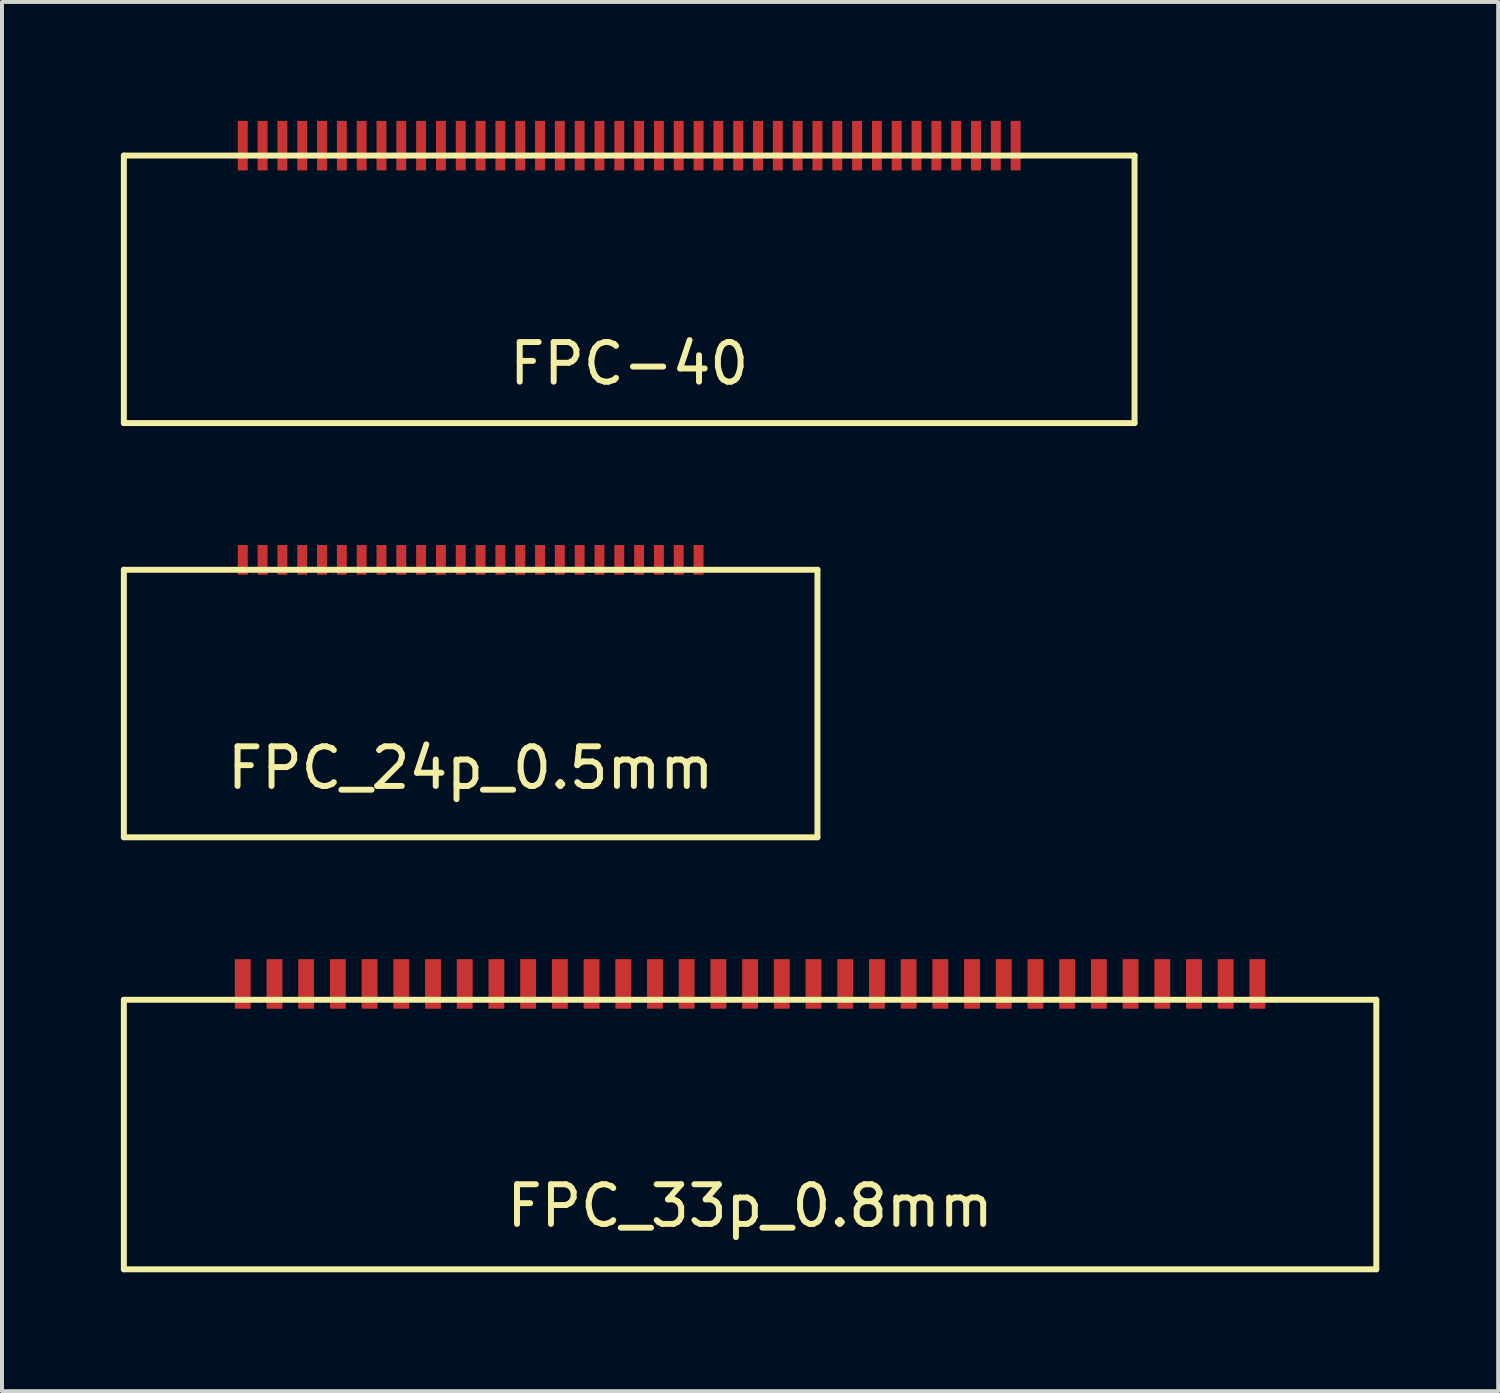
<source format=kicad_pcb>
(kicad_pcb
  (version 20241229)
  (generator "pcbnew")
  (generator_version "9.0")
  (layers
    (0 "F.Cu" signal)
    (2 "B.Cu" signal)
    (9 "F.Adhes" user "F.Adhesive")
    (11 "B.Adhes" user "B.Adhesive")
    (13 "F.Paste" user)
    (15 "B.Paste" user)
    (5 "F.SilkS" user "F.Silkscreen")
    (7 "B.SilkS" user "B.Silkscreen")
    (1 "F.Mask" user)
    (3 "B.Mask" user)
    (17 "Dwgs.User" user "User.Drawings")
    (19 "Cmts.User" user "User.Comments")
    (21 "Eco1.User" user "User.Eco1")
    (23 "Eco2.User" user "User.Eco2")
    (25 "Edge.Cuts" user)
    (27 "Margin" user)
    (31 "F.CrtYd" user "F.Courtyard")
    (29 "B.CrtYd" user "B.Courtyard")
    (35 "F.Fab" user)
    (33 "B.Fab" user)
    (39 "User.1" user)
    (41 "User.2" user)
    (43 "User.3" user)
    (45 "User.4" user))
  (footprint "FPC-40"
    (layer "F.Cu")
    (at 12.825 4.125)
    (property "Reference" "FPC-40" (at 0 2 0) (layer "F.SilkS") (effects (font (size 1 1) (thickness 0.15))))
    (attr through_hole)
    (fp_line (start -12.75 -3.25) (end -12.75 3.5) (stroke (width 0.15) (type solid)) (layer "F.SilkS"))
    (fp_line (start -12.75 3.5) (end 12.75 3.5) (stroke (width 0.15) (type solid)) (layer "F.SilkS"))
    (fp_line (start 12.75 -3.25) (end -12.75 -3.25) (stroke (width 0.15) (type solid)) (layer "F.SilkS"))
    (fp_line (start 12.75 3.5) (end 12.75 -3.25) (stroke (width 0.15) (type solid)) (layer "F.SilkS"))
    (pad "1" smd rect (at -9.75 -3.5) (size 0.25 1.25) (layers "F.Cu" "F.Mask" "F.Paste"))
    (pad "2" smd rect (at -9.25 -3.5) (size 0.25 1.25) (layers "F.Cu" "F.Mask" "F.Paste"))
    (pad "3" smd rect (at -8.75 -3.5) (size 0.25 1.25) (layers "F.Cu" "F.Mask" "F.Paste"))
    (pad "4" smd rect (at -8.25 -3.5) (size 0.25 1.25) (layers "F.Cu" "F.Mask" "F.Paste"))
    (pad "5" smd rect (at -7.75 -3.5) (size 0.25 1.25) (layers "F.Cu" "F.Mask" "F.Paste"))
    (pad "6" smd rect (at -7.25 -3.5) (size 0.25 1.25) (layers "F.Cu" "F.Mask" "F.Paste"))
    (pad "7" smd rect (at -6.75 -3.5) (size 0.25 1.25) (layers "F.Cu" "F.Mask" "F.Paste"))
    (pad "8" smd rect (at -6.25 -3.5) (size 0.25 1.25) (layers "F.Cu" "F.Mask" "F.Paste"))
    (pad "9" smd rect (at -5.75 -3.5) (size 0.25 1.25) (layers "F.Cu" "F.Mask" "F.Paste"))
    (pad "10" smd rect (at -5.25 -3.5) (size 0.25 1.25) (layers "F.Cu" "F.Mask" "F.Paste"))
    (pad "11" smd rect (at -4.75 -3.5) (size 0.25 1.25) (layers "F.Cu" "F.Mask" "F.Paste"))
    (pad "12" smd rect (at -4.25 -3.5) (size 0.25 1.25) (layers "F.Cu" "F.Mask" "F.Paste"))
    (pad "13" smd rect (at -3.75 -3.5) (size 0.25 1.25) (layers "F.Cu" "F.Mask" "F.Paste"))
    (pad "14" smd rect (at -3.25 -3.5) (size 0.25 1.25) (layers "F.Cu" "F.Mask" "F.Paste"))
    (pad "15" smd rect (at -2.75 -3.5) (size 0.25 1.25) (layers "F.Cu" "F.Mask" "F.Paste"))
    (pad "16" smd rect (at -2.25 -3.5) (size 0.25 1.25) (layers "F.Cu" "F.Mask" "F.Paste"))
    (pad "17" smd rect (at -1.75 -3.5) (size 0.25 1.25) (layers "F.Cu" "F.Mask" "F.Paste"))
    (pad "18" smd rect (at -1.25 -3.5) (size 0.25 1.25) (layers "F.Cu" "F.Mask" "F.Paste"))
    (pad "19" smd rect (at -0.75 -3.5) (size 0.25 1.25) (layers "F.Cu" "F.Mask" "F.Paste"))
    (pad "20" smd rect (at -0.25 -3.5) (size 0.25 1.25) (layers "F.Cu" "F.Mask" "F.Paste"))
    (pad "21" smd rect (at 0.25 -3.5) (size 0.25 1.25) (layers "F.Cu" "F.Mask" "F.Paste"))
    (pad "22" smd rect (at 0.75 -3.5) (size 0.25 1.25) (layers "F.Cu" "F.Mask" "F.Paste"))
    (pad "23" smd rect (at 1.25 -3.5) (size 0.25 1.25) (layers "F.Cu" "F.Mask" "F.Paste"))
    (pad "24" smd rect (at 1.75 -3.5) (size 0.25 1.25) (layers "F.Cu" "F.Mask" "F.Paste"))
    (pad "25" smd rect (at 2.25 -3.5) (size 0.25 1.25) (layers "F.Cu" "F.Mask" "F.Paste"))
    (pad "26" smd rect (at 2.75 -3.5) (size 0.25 1.25) (layers "F.Cu" "F.Mask" "F.Paste"))
    (pad "27" smd rect (at 3.25 -3.5) (size 0.25 1.25) (layers "F.Cu" "F.Mask" "F.Paste"))
    (pad "28" smd rect (at 3.75 -3.5) (size 0.25 1.25) (layers "F.Cu" "F.Mask" "F.Paste"))
    (pad "29" smd rect (at 4.25 -3.5) (size 0.25 1.25) (layers "F.Cu" "F.Mask" "F.Paste"))
    (pad "30" smd rect (at 4.75 -3.5) (size 0.25 1.25) (layers "F.Cu" "F.Mask" "F.Paste"))
    (pad "31" smd rect (at 5.25 -3.5) (size 0.25 1.25) (layers "F.Cu" "F.Mask" "F.Paste"))
    (pad "32" smd rect (at 5.75 -3.5) (size 0.25 1.25) (layers "F.Cu" "F.Mask" "F.Paste"))
    (pad "33" smd rect (at 6.25 -3.5) (size 0.25 1.25) (layers "F.Cu" "F.Mask" "F.Paste"))
    (pad "34" smd rect (at 6.75 -3.5) (size 0.25 1.25) (layers "F.Cu" "F.Mask" "F.Paste"))
    (pad "35" smd rect (at 7.25 -3.5) (size 0.25 1.25) (layers "F.Cu" "F.Mask" "F.Paste"))
    (pad "36" smd rect (at 7.75 -3.5) (size 0.25 1.25) (layers "F.Cu" "F.Mask" "F.Paste"))
    (pad "37" smd rect (at 8.25 -3.5) (size 0.25 1.25) (layers "F.Cu" "F.Mask" "F.Paste"))
    (pad "38" smd rect (at 8.75 -3.5) (size 0.25 1.25) (layers "F.Cu" "F.Mask" "F.Paste"))
    (pad "39" smd rect (at 9.25 -3.5) (size 0.25 1.25) (layers "F.Cu" "F.Mask" "F.Paste"))
    (pad "40" smd rect (at 9.75 -3.5) (size 0.25 1.25) (layers "F.Cu" "F.Mask" "F.Paste")))
  (footprint "FPC_33p_0.8mm"
    (layer "F.Cu")
    (at 15.875 22.175)
    (property "Reference" "FPC_33p_0.8mm" (at 0 5.2 0) (layer "F.SilkS") (effects (font (size 1 1) (thickness 0.15))))
    (attr through_hole)
    (fp_line (start -15.8 0) (end 15.8 0) (stroke (width 0.15) (type solid)) (layer "F.SilkS"))
    (fp_line (start -15.8 6.8) (end -15.8 0) (stroke (width 0.15) (type solid)) (layer "F.SilkS"))
    (fp_line (start 15.8 0) (end 15.8 6.8) (stroke (width 0.15) (type solid)) (layer "F.SilkS"))
    (fp_line (start 15.8 6.8) (end -15.8 6.8) (stroke (width 0.15) (type solid)) (layer "F.SilkS"))
    (pad "1" smd rect (at 12.8 -0.4) (size 0.4 1.25) (layers "F.Cu" "F.Mask" "F.Paste"))
    (pad "2" smd rect (at 12 -0.4) (size 0.4 1.25) (layers "F.Cu" "F.Mask" "F.Paste"))
    (pad "3" smd rect (at 11.2 -0.4) (size 0.4 1.25) (layers "F.Cu" "F.Mask" "F.Paste"))
    (pad "4" smd rect (at 10.4 -0.4) (size 0.4 1.25) (layers "F.Cu" "F.Mask" "F.Paste"))
    (pad "5" smd rect (at 9.6 -0.4) (size 0.4 1.25) (layers "F.Cu" "F.Mask" "F.Paste"))
    (pad "6" smd rect (at 8.8 -0.4) (size 0.4 1.25) (layers "F.Cu" "F.Mask" "F.Paste"))
    (pad "7" smd rect (at 8 -0.4) (size 0.4 1.25) (layers "F.Cu" "F.Mask" "F.Paste"))
    (pad "8" smd rect (at 7.2 -0.4) (size 0.4 1.25) (layers "F.Cu" "F.Mask" "F.Paste"))
    (pad "9" smd rect (at 6.4 -0.4) (size 0.4 1.25) (layers "F.Cu" "F.Mask" "F.Paste"))
    (pad "10" smd rect (at 5.6 -0.4) (size 0.4 1.25) (layers "F.Cu" "F.Mask" "F.Paste"))
    (pad "11" smd rect (at 4.8 -0.4) (size 0.4 1.25) (layers "F.Cu" "F.Mask" "F.Paste"))
    (pad "12" smd rect (at 4 -0.4) (size 0.4 1.25) (layers "F.Cu" "F.Mask" "F.Paste"))
    (pad "13" smd rect (at 3.2 -0.4) (size 0.4 1.25) (layers "F.Cu" "F.Mask" "F.Paste"))
    (pad "14" smd rect (at 2.4 -0.4) (size 0.4 1.25) (layers "F.Cu" "F.Mask" "F.Paste"))
    (pad "15" smd rect (at 1.6 -0.4) (size 0.4 1.25) (layers "F.Cu" "F.Mask" "F.Paste"))
    (pad "16" smd rect (at 0.8 -0.4) (size 0.4 1.25) (layers "F.Cu" "F.Mask" "F.Paste"))
    (pad "17" smd rect (at 0 -0.4) (size 0.4 1.25) (layers "F.Cu" "F.Mask" "F.Paste"))
    (pad "18" smd rect (at -0.8 -0.4) (size 0.4 1.25) (layers "F.Cu" "F.Mask" "F.Paste"))
    (pad "19" smd rect (at -1.6 -0.4) (size 0.4 1.25) (layers "F.Cu" "F.Mask" "F.Paste"))
    (pad "20" smd rect (at -2.4 -0.4) (size 0.4 1.25) (layers "F.Cu" "F.Mask" "F.Paste"))
    (pad "21" smd rect (at -3.2 -0.4) (size 0.4 1.25) (layers "F.Cu" "F.Mask" "F.Paste"))
    (pad "22" smd rect (at -4 -0.4) (size 0.4 1.25) (layers "F.Cu" "F.Mask" "F.Paste"))
    (pad "23" smd rect (at -4.8 -0.4) (size 0.4 1.25) (layers "F.Cu" "F.Mask" "F.Paste"))
    (pad "24" smd rect (at -5.6 -0.4) (size 0.4 1.25) (layers "F.Cu" "F.Mask" "F.Paste"))
    (pad "25" smd rect (at -6.4 -0.4) (size 0.4 1.25) (layers "F.Cu" "F.Mask" "F.Paste"))
    (pad "26" smd rect (at -7.2 -0.4) (size 0.4 1.25) (layers "F.Cu" "F.Mask" "F.Paste"))
    (pad "27" smd rect (at -8 -0.4) (size 0.4 1.25) (layers "F.Cu" "F.Mask" "F.Paste"))
    (pad "28" smd rect (at -8.8 -0.4) (size 0.4 1.25) (layers "F.Cu" "F.Mask" "F.Paste"))
    (pad "29" smd rect (at -9.6 -0.4) (size 0.4 1.25) (layers "F.Cu" "F.Mask" "F.Paste"))
    (pad "30" smd rect (at -10.4 -0.4) (size 0.4 1.25) (layers "F.Cu" "F.Mask" "F.Paste"))
    (pad "31" smd rect (at -11.2 -0.4) (size 0.4 1.25) (layers "F.Cu" "F.Mask" "F.Paste"))
    (pad "32" smd rect (at -12 -0.4) (size 0.4 1.25) (layers "F.Cu" "F.Mask" "F.Paste"))
    (pad "33" smd rect (at -12.8 -0.4) (size 0.4 1.25) (layers "F.Cu" "F.Mask" "F.Paste")))
  (footprint "FPC_24p_0.5mm"
    (layer "F.Cu")
    (at 8.825 11.325)
    (property "Reference" "FPC_24p_0.5mm" (at 0 5 0) (layer "F.SilkS") (effects (font (size 1 1) (thickness 0.15))))
    (attr through_hole)
    (fp_line (start -8.75 0) (end 8.75 0) (stroke (width 0.15) (type solid)) (layer "F.SilkS"))
    (fp_line (start -8.75 6.75) (end -8.75 0) (stroke (width 0.15) (type solid)) (layer "F.SilkS"))
    (fp_line (start 8.75 0) (end 8.75 6.75) (stroke (width 0.15) (type solid)) (layer "F.SilkS"))
    (fp_line (start 8.75 6.75) (end -8.75 6.75) (stroke (width 0.15) (type solid)) (layer "F.SilkS"))
    (pad "1" smd rect (at 5.75 -0.25) (size 0.25 0.75) (layers "F.Cu" "F.Mask" "F.Paste"))
    (pad "2" smd rect (at 5.25 -0.25) (size 0.25 0.75) (layers "F.Cu" "F.Mask" "F.Paste"))
    (pad "3" smd rect (at 4.75 -0.25) (size 0.25 0.75) (layers "F.Cu" "F.Mask" "F.Paste"))
    (pad "4" smd rect (at 4.25 -0.25) (size 0.25 0.75) (layers "F.Cu" "F.Mask" "F.Paste"))
    (pad "5" smd rect (at 3.75 -0.25) (size 0.25 0.75) (layers "F.Cu" "F.Mask" "F.Paste"))
    (pad "6" smd rect (at 3.25 -0.25) (size 0.25 0.75) (layers "F.Cu" "F.Mask" "F.Paste"))
    (pad "7" smd rect (at 2.75 -0.25) (size 0.25 0.75) (layers "F.Cu" "F.Mask" "F.Paste"))
    (pad "8" smd rect (at 2.25 -0.25) (size 0.25 0.75) (layers "F.Cu" "F.Mask" "F.Paste"))
    (pad "9" smd rect (at 1.75 -0.25) (size 0.25 0.75) (layers "F.Cu" "F.Mask" "F.Paste"))
    (pad "10" smd rect (at 1.25 -0.25) (size 0.25 0.75) (layers "F.Cu" "F.Mask" "F.Paste"))
    (pad "11" smd rect (at 0.75 -0.25) (size 0.25 0.75) (layers "F.Cu" "F.Mask" "F.Paste"))
    (pad "12" smd rect (at 0.25 -0.25) (size 0.25 0.75) (layers "F.Cu" "F.Mask" "F.Paste"))
    (pad "13" smd rect (at -0.25 -0.25) (size 0.25 0.75) (layers "F.Cu" "F.Mask" "F.Paste"))
    (pad "14" smd rect (at -0.75 -0.25) (size 0.25 0.75) (layers "F.Cu" "F.Mask" "F.Paste"))
    (pad "15" smd rect (at -1.25 -0.25) (size 0.25 0.75) (layers "F.Cu" "F.Mask" "F.Paste"))
    (pad "16" smd rect (at -1.75 -0.25) (size 0.25 0.75) (layers "F.Cu" "F.Mask" "F.Paste"))
    (pad "17" smd rect (at -2.25 -0.25) (size 0.25 0.75) (layers "F.Cu" "F.Mask" "F.Paste"))
    (pad "18" smd rect (at -2.75 -0.25) (size 0.25 0.75) (layers "F.Cu" "F.Mask" "F.Paste"))
    (pad "19" smd rect (at -3.25 -0.25) (size 0.25 0.75) (layers "F.Cu" "F.Mask" "F.Paste"))
    (pad "20" smd rect (at -3.75 -0.25) (size 0.25 0.75) (layers "F.Cu" "F.Mask" "F.Paste"))
    (pad "21" smd rect (at -4.25 -0.25) (size 0.25 0.75) (layers "F.Cu" "F.Mask" "F.Paste"))
    (pad "22" smd rect (at -4.75 -0.25) (size 0.25 0.75) (layers "F.Cu" "F.Mask" "F.Paste"))
    (pad "23" smd rect (at -5.25 -0.25) (size 0.25 0.75) (layers "F.Cu" "F.Mask" "F.Paste"))
    (pad "24" smd rect (at -5.75 -0.25) (size 0.25 0.75) (layers "F.Cu" "F.Mask" "F.Paste")))
  (gr_rect
    (start -3 -3)
    (end 34.75 32.05)
    (stroke (width 0.1) (type default))
    (fill no)
    (layer "Edge.Cuts")))
</source>
